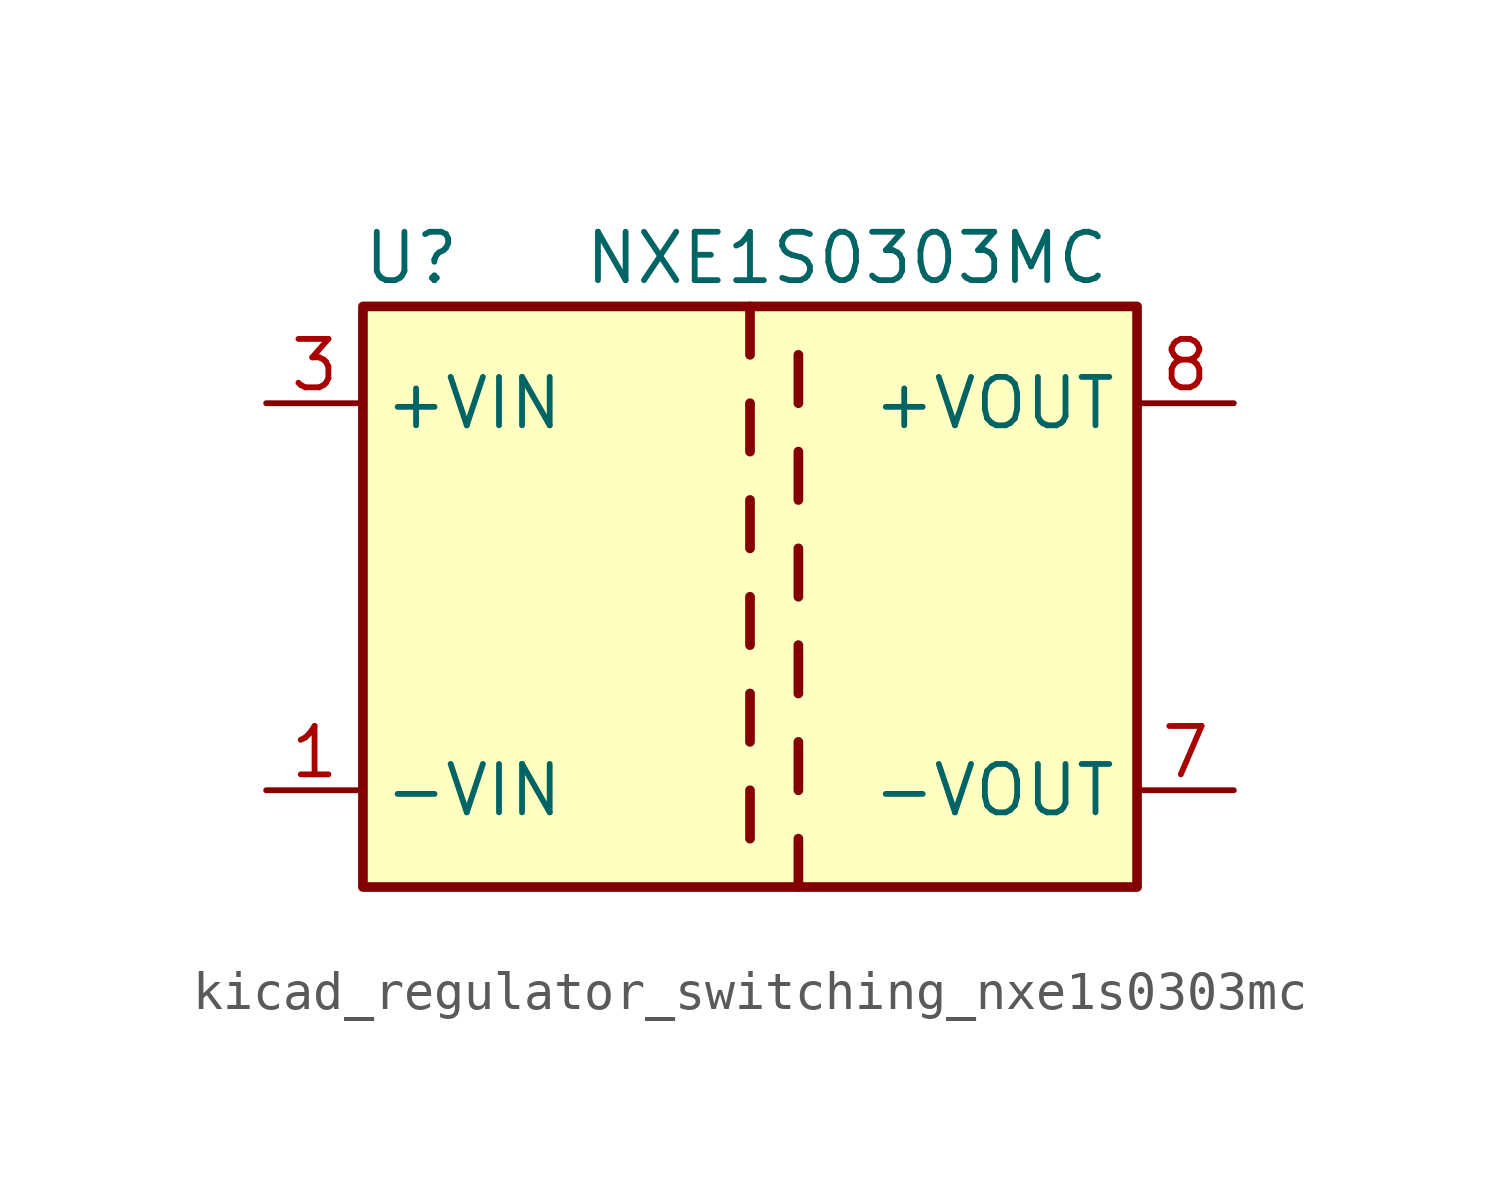
<source format=kicad_sym>
(kicad_symbol_lib
  (version 20220914)
  (generator kicad_symbol_editor)
  (symbol "kicad_regulator_switching_nxe1s0303mc"
    (property "Reference" "U"
      (at -8.89 8.89 0)
      (effects (font (size 1.27 1.27))))
    (property "Value" "NXE1S0303MC"
      (at 2.54 8.89 0)
      (effects (font (size 1.27 1.27))))
    (symbol "kicad_regulator_switching_nxe1s0303mc_0_1"
      (rectangle (start -10.16 7.62) (end 10.16 -7.62) (stroke (width 0.254) (type default)) (fill (type background)))
      (polyline (pts (xy 0 -5.08) (xy 0 -6.35)) (stroke (width 0.254) (type default)) (fill (type none)))
      (polyline (pts (xy 0 -2.54) (xy 0 -3.81)) (stroke (width 0.254) (type default)) (fill (type none)))
      (polyline (pts (xy 0 0) (xy 0 -1.27)) (stroke (width 0.254) (type default)) (fill (type none)))
      (polyline (pts (xy 0 2.54) (xy 0 1.27)) (stroke (width 0.254) (type default)) (fill (type none)))
      (polyline (pts (xy 0 5.08) (xy 0 3.81)) (stroke (width 0.254) (type default)) (fill (type none)))
      (polyline (pts (xy 0 7.62) (xy 0 6.35)) (stroke (width 0.254) (type default)) (fill (type none)))
      (polyline (pts (xy 1.27 -7.62) (xy 1.27 -6.35)) (stroke (width 0.254) (type default)) (fill (type none)))
      (polyline (pts (xy 1.27 -5.08) (xy 1.27 -3.81)) (stroke (width 0.254) (type default)) (fill (type none)))
      (polyline (pts (xy 1.27 -2.54) (xy 1.27 -1.27)) (stroke (width 0.254) (type default)) (fill (type none)))
      (polyline (pts (xy 1.27 0) (xy 1.27 1.27)) (stroke (width 0.254) (type default)) (fill (type none)))
      (polyline (pts (xy 1.27 2.54) (xy 1.27 3.81)) (stroke (width 0.254) (type default)) (fill (type none)))
      (polyline (pts (xy 1.27 5.08) (xy 1.27 6.35)) (stroke (width 0.254) (type default)) (fill (type none))))
    (symbol "kicad_regulator_switching_nxe1s0303mc_1_1"
      (pin power_in line (at -12.7 -5.08 0) (length 2.54) (name "-VIN" (effects (font (size 1.27 1.27)))) (number "1" (effects (font (size 1.27 1.27)))))
      (pin no_connect line (at -10.16 0 0) (length 2.54) hide (name "NC" (effects (font (size 1.27 1.27)))) (number "14" (effects (font (size 1.27 1.27)))))
      (pin power_in line (at -12.7 5.08 0) (length 2.54) (name "+VIN" (effects (font (size 1.27 1.27)))) (number "3" (effects (font (size 1.27 1.27)))))
      (pin power_out line (at 12.7 -5.08 180) (length 2.54) (name "-VOUT" (effects (font (size 1.27 1.27)))) (number "7" (effects (font (size 1.27 1.27)))))
      (pin power_out line (at 12.7 5.08 180) (length 2.54) (name "+VOUT" (effects (font (size 1.27 1.27)))) (number "8" (effects (font (size 1.27 1.27))))))))
</source>
